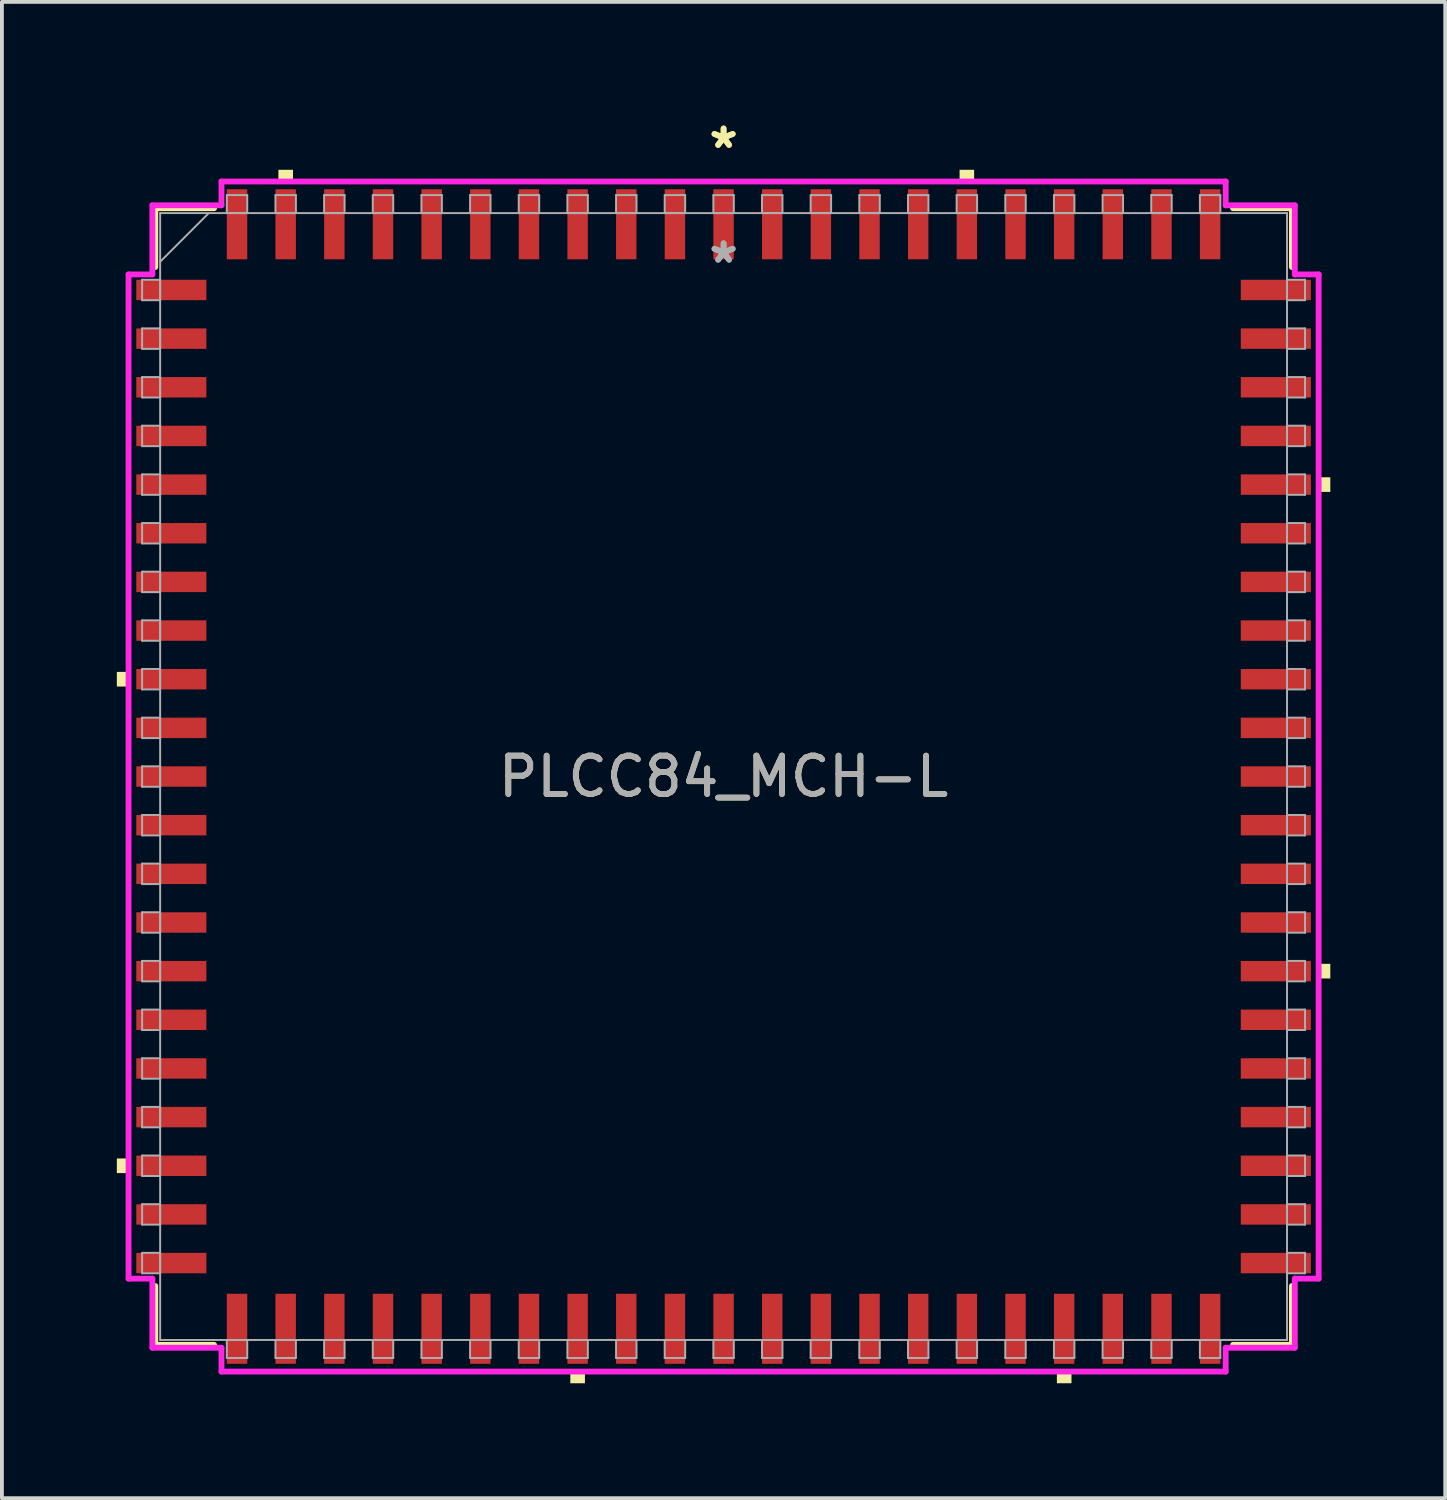
<source format=kicad_pcb>
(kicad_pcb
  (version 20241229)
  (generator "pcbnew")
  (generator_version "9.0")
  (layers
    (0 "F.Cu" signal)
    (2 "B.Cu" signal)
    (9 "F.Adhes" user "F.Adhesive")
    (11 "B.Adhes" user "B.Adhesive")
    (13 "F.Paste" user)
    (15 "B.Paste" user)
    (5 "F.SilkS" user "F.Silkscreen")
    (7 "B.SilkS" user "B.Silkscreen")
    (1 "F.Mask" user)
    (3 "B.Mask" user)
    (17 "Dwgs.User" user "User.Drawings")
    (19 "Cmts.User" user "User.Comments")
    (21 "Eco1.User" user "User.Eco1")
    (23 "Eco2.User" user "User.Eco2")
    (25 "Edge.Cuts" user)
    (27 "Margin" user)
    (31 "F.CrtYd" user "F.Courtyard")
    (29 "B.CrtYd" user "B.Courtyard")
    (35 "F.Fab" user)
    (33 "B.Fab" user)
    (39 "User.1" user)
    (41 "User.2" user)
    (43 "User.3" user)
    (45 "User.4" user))
  (footprint "PLCC84_MCH-L"
    (layer "F.Cu")
    (at 15.837 17.219)
    (property "Reference" "PLCC84_MCH-L" (at 0 0 0) (unlocked yes) (layer "F.SilkS") (effects (font (size 1 1) (thickness 0.15))))
    (attr smd)
    (fp_line (start -14.834 -14.834) (end -14.834 -13.299) (stroke (width 0.152) (type solid)) (layer "F.SilkS"))
    (fp_line (start -14.834 13.299) (end -14.834 14.834) (stroke (width 0.152) (type solid)) (layer "F.SilkS"))
    (fp_line (start -14.834 14.834) (end -13.299 14.834) (stroke (width 0.152) (type solid)) (layer "F.SilkS"))
    (fp_line (start -13.299 -14.834) (end -14.834 -14.834) (stroke (width 0.152) (type solid)) (layer "F.SilkS"))
    (fp_line (start 13.299 14.834) (end 14.834 14.834) (stroke (width 0.152) (type solid)) (layer "F.SilkS"))
    (fp_line (start 14.834 -14.834) (end 13.299 -14.834) (stroke (width 0.152) (type solid)) (layer "F.SilkS"))
    (fp_line (start 14.834 -13.299) (end 14.834 -14.834) (stroke (width 0.152) (type solid)) (layer "F.SilkS"))
    (fp_line (start 14.834 14.834) (end 14.834 13.299) (stroke (width 0.152) (type solid)) (layer "F.SilkS"))
    (fp_poly (pts (xy -15.837 -2.731) (xy -15.837 -2.349) (xy -15.583 -2.349) (xy -15.583 -2.731)) (stroke (width 0) (type solid)) (fill yes) (layer "F.SilkS"))
    (fp_poly (pts (xy -15.837 9.97) (xy -15.837 10.351) (xy -15.583 10.351) (xy -15.583 9.97)) (stroke (width 0) (type solid)) (fill yes) (layer "F.SilkS"))
    (fp_poly (pts (xy -11.62 -15.583) (xy -11.62 -15.837) (xy -11.239 -15.837) (xy -11.239 -15.583)) (stroke (width 0) (type solid)) (fill yes) (layer "F.SilkS"))
    (fp_poly (pts (xy -4 15.583) (xy -4 15.837) (xy -3.619 15.837) (xy -3.619 15.583)) (stroke (width 0) (type solid)) (fill yes) (layer "F.SilkS"))
    (fp_poly (pts (xy 6.16 -15.583) (xy 6.16 -15.837) (xy 6.54 -15.837) (xy 6.54 -15.583)) (stroke (width 0) (type solid)) (fill yes) (layer "F.SilkS"))
    (fp_poly (pts (xy 8.7 15.583) (xy 8.7 15.837) (xy 9.081 15.837) (xy 9.081 15.583)) (stroke (width 0) (type solid)) (fill yes) (layer "F.SilkS"))
    (fp_poly (pts (xy 15.837 -7.811) (xy 15.837 -7.429) (xy 15.583 -7.429) (xy 15.583 -7.811)) (stroke (width 0) (type solid)) (fill yes) (layer "F.SilkS"))
    (fp_poly (pts (xy 15.837 4.889) (xy 15.837 5.271) (xy 15.583 5.271) (xy 15.583 4.889)) (stroke (width 0) (type solid)) (fill yes) (layer "F.SilkS"))
    (fp_line (start -15.532 -13.106) (end -14.91 -13.106) (stroke (width 0.152) (type solid)) (layer "F.CrtYd"))
    (fp_line (start -15.532 13.106) (end -15.532 -13.106) (stroke (width 0.152) (type solid)) (layer "F.CrtYd"))
    (fp_line (start -15.532 13.106) (end -14.91 13.106) (stroke (width 0.152) (type solid)) (layer "F.CrtYd"))
    (fp_line (start -14.91 -14.91) (end -13.106 -14.91) (stroke (width 0.152) (type solid)) (layer "F.CrtYd"))
    (fp_line (start -14.91 -13.106) (end -14.91 -14.91) (stroke (width 0.152) (type solid)) (layer "F.CrtYd"))
    (fp_line (start -14.91 14.91) (end -14.91 13.106) (stroke (width 0.152) (type solid)) (layer "F.CrtYd"))
    (fp_line (start -13.106 -15.532) (end 13.106 -15.532) (stroke (width 0.152) (type solid)) (layer "F.CrtYd"))
    (fp_line (start -13.106 -14.91) (end -13.106 -15.532) (stroke (width 0.152) (type solid)) (layer "F.CrtYd"))
    (fp_line (start -13.106 14.91) (end -14.91 14.91) (stroke (width 0.152) (type solid)) (layer "F.CrtYd"))
    (fp_line (start -13.106 15.532) (end -13.106 14.91) (stroke (width 0.152) (type solid)) (layer "F.CrtYd"))
    (fp_line (start 13.106 -15.532) (end 13.106 -14.91) (stroke (width 0.152) (type solid)) (layer "F.CrtYd"))
    (fp_line (start 13.106 -14.91) (end 14.91 -14.91) (stroke (width 0.152) (type solid)) (layer "F.CrtYd"))
    (fp_line (start 13.106 14.91) (end 13.106 15.532) (stroke (width 0.152) (type solid)) (layer "F.CrtYd"))
    (fp_line (start 13.106 15.532) (end -13.106 15.532) (stroke (width 0.152) (type solid)) (layer "F.CrtYd"))
    (fp_line (start 14.91 -14.91) (end 14.91 -13.106) (stroke (width 0.152) (type solid)) (layer "F.CrtYd"))
    (fp_line (start 14.91 -13.106) (end 15.532 -13.106) (stroke (width 0.152) (type solid)) (layer "F.CrtYd"))
    (fp_line (start 14.91 13.106) (end 14.91 14.91) (stroke (width 0.152) (type solid)) (layer "F.CrtYd"))
    (fp_line (start 14.91 14.91) (end 13.106 14.91) (stroke (width 0.152) (type solid)) (layer "F.CrtYd"))
    (fp_line (start 15.532 -13.106) (end 15.532 13.106) (stroke (width 0.152) (type solid)) (layer "F.CrtYd"))
    (fp_line (start 15.532 13.106) (end 14.91 13.106) (stroke (width 0.152) (type solid)) (layer "F.CrtYd"))
    (fp_line (start -15.177 -12.967) (end -15.177 -12.433) (stroke (width 0.051) (type solid)) (layer "F.Fab"))
    (fp_line (start -15.177 -12.433) (end -14.707 -12.433) (stroke (width 0.051) (type solid)) (layer "F.Fab"))
    (fp_line (start -15.177 -11.697) (end -15.177 -11.163) (stroke (width 0.051) (type solid)) (layer "F.Fab"))
    (fp_line (start -15.177 -11.163) (end -14.707 -11.163) (stroke (width 0.051) (type solid)) (layer "F.Fab"))
    (fp_line (start -15.177 -10.427) (end -15.177 -9.893) (stroke (width 0.051) (type solid)) (layer "F.Fab"))
    (fp_line (start -15.177 -9.893) (end -14.707 -9.893) (stroke (width 0.051) (type solid)) (layer "F.Fab"))
    (fp_line (start -15.177 -9.157) (end -15.177 -8.623) (stroke (width 0.051) (type solid)) (layer "F.Fab"))
    (fp_line (start -15.177 -8.623) (end -14.707 -8.623) (stroke (width 0.051) (type solid)) (layer "F.Fab"))
    (fp_line (start -15.177 -7.887) (end -15.177 -7.353) (stroke (width 0.051) (type solid)) (layer "F.Fab"))
    (fp_line (start -15.177 -7.353) (end -14.707 -7.353) (stroke (width 0.051) (type solid)) (layer "F.Fab"))
    (fp_line (start -15.177 -6.617) (end -15.177 -6.083) (stroke (width 0.051) (type solid)) (layer "F.Fab"))
    (fp_line (start -15.177 -6.083) (end -14.707 -6.083) (stroke (width 0.051) (type solid)) (layer "F.Fab"))
    (fp_line (start -15.177 -5.347) (end -15.177 -4.813) (stroke (width 0.051) (type solid)) (layer "F.Fab"))
    (fp_line (start -15.177 -4.813) (end -14.707 -4.813) (stroke (width 0.051) (type solid)) (layer "F.Fab"))
    (fp_line (start -15.177 -4.077) (end -15.177 -3.543) (stroke (width 0.051) (type solid)) (layer "F.Fab"))
    (fp_line (start -15.177 -3.543) (end -14.707 -3.543) (stroke (width 0.051) (type solid)) (layer "F.Fab"))
    (fp_line (start -15.177 -2.807) (end -15.177 -2.273) (stroke (width 0.051) (type solid)) (layer "F.Fab"))
    (fp_line (start -15.177 -2.273) (end -14.707 -2.273) (stroke (width 0.051) (type solid)) (layer "F.Fab"))
    (fp_line (start -15.177 -1.537) (end -15.177 -1.003) (stroke (width 0.051) (type solid)) (layer "F.Fab"))
    (fp_line (start -15.177 -1.003) (end -14.707 -1.003) (stroke (width 0.051) (type solid)) (layer "F.Fab"))
    (fp_line (start -15.177 -0.267) (end -15.177 0.267) (stroke (width 0.051) (type solid)) (layer "F.Fab"))
    (fp_line (start -15.177 0.267) (end -14.707 0.267) (stroke (width 0.051) (type solid)) (layer "F.Fab"))
    (fp_line (start -15.177 1.003) (end -15.177 1.537) (stroke (width 0.051) (type solid)) (layer "F.Fab"))
    (fp_line (start -15.177 1.537) (end -14.707 1.537) (stroke (width 0.051) (type solid)) (layer "F.Fab"))
    (fp_line (start -15.177 2.273) (end -15.177 2.807) (stroke (width 0.051) (type solid)) (layer "F.Fab"))
    (fp_line (start -15.177 2.807) (end -14.707 2.807) (stroke (width 0.051) (type solid)) (layer "F.Fab"))
    (fp_line (start -15.177 3.543) (end -15.177 4.077) (stroke (width 0.051) (type solid)) (layer "F.Fab"))
    (fp_line (start -15.177 4.077) (end -14.707 4.077) (stroke (width 0.051) (type solid)) (layer "F.Fab"))
    (fp_line (start -15.177 4.813) (end -15.177 5.347) (stroke (width 0.051) (type solid)) (layer "F.Fab"))
    (fp_line (start -15.177 5.347) (end -14.707 5.347) (stroke (width 0.051) (type solid)) (layer "F.Fab"))
    (fp_line (start -15.177 6.083) (end -15.177 6.617) (stroke (width 0.051) (type solid)) (layer "F.Fab"))
    (fp_line (start -15.177 6.617) (end -14.707 6.617) (stroke (width 0.051) (type solid)) (layer "F.Fab"))
    (fp_line (start -15.177 7.353) (end -15.177 7.887) (stroke (width 0.051) (type solid)) (layer "F.Fab"))
    (fp_line (start -15.177 7.887) (end -14.707 7.887) (stroke (width 0.051) (type solid)) (layer "F.Fab"))
    (fp_line (start -15.177 8.623) (end -15.177 9.157) (stroke (width 0.051) (type solid)) (layer "F.Fab"))
    (fp_line (start -15.177 9.157) (end -14.707 9.157) (stroke (width 0.051) (type solid)) (layer "F.Fab"))
    (fp_line (start -15.177 9.893) (end -15.177 10.427) (stroke (width 0.051) (type solid)) (layer "F.Fab"))
    (fp_line (start -15.177 10.427) (end -14.707 10.427) (stroke (width 0.051) (type solid)) (layer "F.Fab"))
    (fp_line (start -15.177 11.163) (end -15.177 11.697) (stroke (width 0.051) (type solid)) (layer "F.Fab"))
    (fp_line (start -15.177 11.697) (end -14.707 11.697) (stroke (width 0.051) (type solid)) (layer "F.Fab"))
    (fp_line (start -15.177 12.433) (end -15.177 12.967) (stroke (width 0.051) (type solid)) (layer "F.Fab"))
    (fp_line (start -15.177 12.967) (end -14.707 12.967) (stroke (width 0.051) (type solid)) (layer "F.Fab"))
    (fp_line (start -14.707 -14.707) (end -14.707 14.707) (stroke (width 0.051) (type solid)) (layer "F.Fab"))
    (fp_line (start -14.707 -13.437) (end -13.437 -14.707) (stroke (width 0.051) (type solid)) (layer "F.Fab"))
    (fp_line (start -14.707 -12.967) (end -15.177 -12.967) (stroke (width 0.051) (type solid)) (layer "F.Fab"))
    (fp_line (start -14.707 -12.433) (end -14.707 -12.967) (stroke (width 0.051) (type solid)) (layer "F.Fab"))
    (fp_line (start -14.707 -11.697) (end -15.177 -11.697) (stroke (width 0.051) (type solid)) (layer "F.Fab"))
    (fp_line (start -14.707 -11.163) (end -14.707 -11.697) (stroke (width 0.051) (type solid)) (layer "F.Fab"))
    (fp_line (start -14.707 -10.427) (end -15.177 -10.427) (stroke (width 0.051) (type solid)) (layer "F.Fab"))
    (fp_line (start -14.707 -9.893) (end -14.707 -10.427) (stroke (width 0.051) (type solid)) (layer "F.Fab"))
    (fp_line (start -14.707 -9.157) (end -15.177 -9.157) (stroke (width 0.051) (type solid)) (layer "F.Fab"))
    (fp_line (start -14.707 -8.623) (end -14.707 -9.157) (stroke (width 0.051) (type solid)) (layer "F.Fab"))
    (fp_line (start -14.707 -7.887) (end -15.177 -7.887) (stroke (width 0.051) (type solid)) (layer "F.Fab"))
    (fp_line (start -14.707 -7.353) (end -14.707 -7.887) (stroke (width 0.051) (type solid)) (layer "F.Fab"))
    (fp_line (start -14.707 -6.617) (end -15.177 -6.617) (stroke (width 0.051) (type solid)) (layer "F.Fab"))
    (fp_line (start -14.707 -6.083) (end -14.707 -6.617) (stroke (width 0.051) (type solid)) (layer "F.Fab"))
    (fp_line (start -14.707 -5.347) (end -15.177 -5.347) (stroke (width 0.051) (type solid)) (layer "F.Fab"))
    (fp_line (start -14.707 -4.813) (end -14.707 -5.347) (stroke (width 0.051) (type solid)) (layer "F.Fab"))
    (fp_line (start -14.707 -4.077) (end -15.177 -4.077) (stroke (width 0.051) (type solid)) (layer "F.Fab"))
    (fp_line (start -14.707 -3.543) (end -14.707 -4.077) (stroke (width 0.051) (type solid)) (layer "F.Fab"))
    (fp_line (start -14.707 -2.807) (end -15.177 -2.807) (stroke (width 0.051) (type solid)) (layer "F.Fab"))
    (fp_line (start -14.707 -2.273) (end -14.707 -2.807) (stroke (width 0.051) (type solid)) (layer "F.Fab"))
    (fp_line (start -14.707 -1.537) (end -15.177 -1.537) (stroke (width 0.051) (type solid)) (layer "F.Fab"))
    (fp_line (start -14.707 -1.003) (end -14.707 -1.537) (stroke (width 0.051) (type solid)) (layer "F.Fab"))
    (fp_line (start -14.707 -0.267) (end -15.177 -0.267) (stroke (width 0.051) (type solid)) (layer "F.Fab"))
    (fp_line (start -14.707 0.267) (end -14.707 -0.267) (stroke (width 0.051) (type solid)) (layer "F.Fab"))
    (fp_line (start -14.707 1.003) (end -15.177 1.003) (stroke (width 0.051) (type solid)) (layer "F.Fab"))
    (fp_line (start -14.707 1.537) (end -14.707 1.003) (stroke (width 0.051) (type solid)) (layer "F.Fab"))
    (fp_line (start -14.707 2.273) (end -15.177 2.273) (stroke (width 0.051) (type solid)) (layer "F.Fab"))
    (fp_line (start -14.707 2.807) (end -14.707 2.273) (stroke (width 0.051) (type solid)) (layer "F.Fab"))
    (fp_line (start -14.707 3.543) (end -15.177 3.543) (stroke (width 0.051) (type solid)) (layer "F.Fab"))
    (fp_line (start -14.707 4.077) (end -14.707 3.543) (stroke (width 0.051) (type solid)) (layer "F.Fab"))
    (fp_line (start -14.707 4.813) (end -15.177 4.813) (stroke (width 0.051) (type solid)) (layer "F.Fab"))
    (fp_line (start -14.707 5.347) (end -14.707 4.813) (stroke (width 0.051) (type solid)) (layer "F.Fab"))
    (fp_line (start -14.707 6.083) (end -15.177 6.083) (stroke (width 0.051) (type solid)) (layer "F.Fab"))
    (fp_line (start -14.707 6.617) (end -14.707 6.083) (stroke (width 0.051) (type solid)) (layer "F.Fab"))
    (fp_line (start -14.707 7.353) (end -15.177 7.353) (stroke (width 0.051) (type solid)) (layer "F.Fab"))
    (fp_line (start -14.707 7.887) (end -14.707 7.353) (stroke (width 0.051) (type solid)) (layer "F.Fab"))
    (fp_line (start -14.707 8.623) (end -15.177 8.623) (stroke (width 0.051) (type solid)) (layer "F.Fab"))
    (fp_line (start -14.707 9.157) (end -14.707 8.623) (stroke (width 0.051) (type solid)) (layer "F.Fab"))
    (fp_line (start -14.707 9.893) (end -15.177 9.893) (stroke (width 0.051) (type solid)) (layer "F.Fab"))
    (fp_line (start -14.707 10.427) (end -14.707 9.893) (stroke (width 0.051) (type solid)) (layer "F.Fab"))
    (fp_line (start -14.707 11.163) (end -15.177 11.163) (stroke (width 0.051) (type solid)) (layer "F.Fab"))
    (fp_line (start -14.707 11.697) (end -14.707 11.163) (stroke (width 0.051) (type solid)) (layer "F.Fab"))
    (fp_line (start -14.707 12.433) (end -15.177 12.433) (stroke (width 0.051) (type solid)) (layer "F.Fab"))
    (fp_line (start -14.707 12.967) (end -14.707 12.433) (stroke (width 0.051) (type solid)) (layer "F.Fab"))
    (fp_line (start -14.707 14.707) (end 14.707 14.707) (stroke (width 0.051) (type solid)) (layer "F.Fab"))
    (fp_line (start -12.967 -15.177) (end -12.967 -14.707) (stroke (width 0.051) (type solid)) (layer "F.Fab"))
    (fp_line (start -12.967 -14.707) (end -12.433 -14.707) (stroke (width 0.051) (type solid)) (layer "F.Fab"))
    (fp_line (start -12.967 14.707) (end -12.967 15.177) (stroke (width 0.051) (type solid)) (layer "F.Fab"))
    (fp_line (start -12.967 15.177) (end -12.433 15.177) (stroke (width 0.051) (type solid)) (layer "F.Fab"))
    (fp_line (start -12.433 -15.177) (end -12.967 -15.177) (stroke (width 0.051) (type solid)) (layer "F.Fab"))
    (fp_line (start -12.433 -14.707) (end -12.433 -15.177) (stroke (width 0.051) (type solid)) (layer "F.Fab"))
    (fp_line (start -12.433 14.707) (end -12.967 14.707) (stroke (width 0.051) (type solid)) (layer "F.Fab"))
    (fp_line (start -12.433 15.177) (end -12.433 14.707) (stroke (width 0.051) (type solid)) (layer "F.Fab"))
    (fp_line (start -11.697 -15.177) (end -11.697 -14.707) (stroke (width 0.051) (type solid)) (layer "F.Fab"))
    (fp_line (start -11.697 -14.707) (end -11.163 -14.707) (stroke (width 0.051) (type solid)) (layer "F.Fab"))
    (fp_line (start -11.697 14.707) (end -11.697 15.177) (stroke (width 0.051) (type solid)) (layer "F.Fab"))
    (fp_line (start -11.697 15.177) (end -11.163 15.177) (stroke (width 0.051) (type solid)) (layer "F.Fab"))
    (fp_line (start -11.163 -15.177) (end -11.697 -15.177) (stroke (width 0.051) (type solid)) (layer "F.Fab"))
    (fp_line (start -11.163 -14.707) (end -11.163 -15.177) (stroke (width 0.051) (type solid)) (layer "F.Fab"))
    (fp_line (start -11.163 14.707) (end -11.697 14.707) (stroke (width 0.051) (type solid)) (layer "F.Fab"))
    (fp_line (start -11.163 15.177) (end -11.163 14.707) (stroke (width 0.051) (type solid)) (layer "F.Fab"))
    (fp_line (start -10.427 -15.177) (end -10.427 -14.707) (stroke (width 0.051) (type solid)) (layer "F.Fab"))
    (fp_line (start -10.427 -14.707) (end -9.893 -14.707) (stroke (width 0.051) (type solid)) (layer "F.Fab"))
    (fp_line (start -10.427 14.707) (end -10.427 15.177) (stroke (width 0.051) (type solid)) (layer "F.Fab"))
    (fp_line (start -10.427 15.177) (end -9.893 15.177) (stroke (width 0.051) (type solid)) (layer "F.Fab"))
    (fp_line (start -9.893 -15.177) (end -10.427 -15.177) (stroke (width 0.051) (type solid)) (layer "F.Fab"))
    (fp_line (start -9.893 -14.707) (end -9.893 -15.177) (stroke (width 0.051) (type solid)) (layer "F.Fab"))
    (fp_line (start -9.893 14.707) (end -10.427 14.707) (stroke (width 0.051) (type solid)) (layer "F.Fab"))
    (fp_line (start -9.893 15.177) (end -9.893 14.707) (stroke (width 0.051) (type solid)) (layer "F.Fab"))
    (fp_line (start -9.157 -15.177) (end -9.157 -14.707) (stroke (width 0.051) (type solid)) (layer "F.Fab"))
    (fp_line (start -9.157 -14.707) (end -8.623 -14.707) (stroke (width 0.051) (type solid)) (layer "F.Fab"))
    (fp_line (start -9.157 14.707) (end -9.157 15.177) (stroke (width 0.051) (type solid)) (layer "F.Fab"))
    (fp_line (start -9.157 15.177) (end -8.623 15.177) (stroke (width 0.051) (type solid)) (layer "F.Fab"))
    (fp_line (start -8.623 -15.177) (end -9.157 -15.177) (stroke (width 0.051) (type solid)) (layer "F.Fab"))
    (fp_line (start -8.623 -14.707) (end -8.623 -15.177) (stroke (width 0.051) (type solid)) (layer "F.Fab"))
    (fp_line (start -8.623 14.707) (end -9.157 14.707) (stroke (width 0.051) (type solid)) (layer "F.Fab"))
    (fp_line (start -8.623 15.177) (end -8.623 14.707) (stroke (width 0.051) (type solid)) (layer "F.Fab"))
    (fp_line (start -7.887 -15.177) (end -7.887 -14.707) (stroke (width 0.051) (type solid)) (layer "F.Fab"))
    (fp_line (start -7.887 -14.707) (end -7.353 -14.707) (stroke (width 0.051) (type solid)) (layer "F.Fab"))
    (fp_line (start -7.887 14.707) (end -7.887 15.177) (stroke (width 0.051) (type solid)) (layer "F.Fab"))
    (fp_line (start -7.887 15.177) (end -7.353 15.177) (stroke (width 0.051) (type solid)) (layer "F.Fab"))
    (fp_line (start -7.353 -15.177) (end -7.887 -15.177) (stroke (width 0.051) (type solid)) (layer "F.Fab"))
    (fp_line (start -7.353 -14.707) (end -7.353 -15.177) (stroke (width 0.051) (type solid)) (layer "F.Fab"))
    (fp_line (start -7.353 14.707) (end -7.887 14.707) (stroke (width 0.051) (type solid)) (layer "F.Fab"))
    (fp_line (start -7.353 15.177) (end -7.353 14.707) (stroke (width 0.051) (type solid)) (layer "F.Fab"))
    (fp_line (start -6.617 -15.177) (end -6.617 -14.707) (stroke (width 0.051) (type solid)) (layer "F.Fab"))
    (fp_line (start -6.617 -14.707) (end -6.083 -14.707) (stroke (width 0.051) (type solid)) (layer "F.Fab"))
    (fp_line (start -6.617 14.707) (end -6.617 15.177) (stroke (width 0.051) (type solid)) (layer "F.Fab"))
    (fp_line (start -6.617 15.177) (end -6.083 15.177) (stroke (width 0.051) (type solid)) (layer "F.Fab"))
    (fp_line (start -6.083 -15.177) (end -6.617 -15.177) (stroke (width 0.051) (type solid)) (layer "F.Fab"))
    (fp_line (start -6.083 -14.707) (end -6.083 -15.177) (stroke (width 0.051) (type solid)) (layer "F.Fab"))
    (fp_line (start -6.083 14.707) (end -6.617 14.707) (stroke (width 0.051) (type solid)) (layer "F.Fab"))
    (fp_line (start -6.083 15.177) (end -6.083 14.707) (stroke (width 0.051) (type solid)) (layer "F.Fab"))
    (fp_line (start -5.347 -15.177) (end -5.347 -14.707) (stroke (width 0.051) (type solid)) (layer "F.Fab"))
    (fp_line (start -5.347 -14.707) (end -4.813 -14.707) (stroke (width 0.051) (type solid)) (layer "F.Fab"))
    (fp_line (start -5.347 14.707) (end -5.347 15.177) (stroke (width 0.051) (type solid)) (layer "F.Fab"))
    (fp_line (start -5.347 15.177) (end -4.813 15.177) (stroke (width 0.051) (type solid)) (layer "F.Fab"))
    (fp_line (start -4.813 -15.177) (end -5.347 -15.177) (stroke (width 0.051) (type solid)) (layer "F.Fab"))
    (fp_line (start -4.813 -14.707) (end -4.813 -15.177) (stroke (width 0.051) (type solid)) (layer "F.Fab"))
    (fp_line (start -4.813 14.707) (end -5.347 14.707) (stroke (width 0.051) (type solid)) (layer "F.Fab"))
    (fp_line (start -4.813 15.177) (end -4.813 14.707) (stroke (width 0.051) (type solid)) (layer "F.Fab"))
    (fp_line (start -4.077 -15.177) (end -4.077 -14.707) (stroke (width 0.051) (type solid)) (layer "F.Fab"))
    (fp_line (start -4.077 -14.707) (end -3.543 -14.707) (stroke (width 0.051) (type solid)) (layer "F.Fab"))
    (fp_line (start -4.077 14.707) (end -4.077 15.177) (stroke (width 0.051) (type solid)) (layer "F.Fab"))
    (fp_line (start -4.077 15.177) (end -3.543 15.177) (stroke (width 0.051) (type solid)) (layer "F.Fab"))
    (fp_line (start -3.543 -15.177) (end -4.077 -15.177) (stroke (width 0.051) (type solid)) (layer "F.Fab"))
    (fp_line (start -3.543 -14.707) (end -3.543 -15.177) (stroke (width 0.051) (type solid)) (layer "F.Fab"))
    (fp_line (start -3.543 14.707) (end -4.077 14.707) (stroke (width 0.051) (type solid)) (layer "F.Fab"))
    (fp_line (start -3.543 15.177) (end -3.543 14.707) (stroke (width 0.051) (type solid)) (layer "F.Fab"))
    (fp_line (start -2.807 -15.177) (end -2.807 -14.707) (stroke (width 0.051) (type solid)) (layer "F.Fab"))
    (fp_line (start -2.807 -14.707) (end -2.273 -14.707) (stroke (width 0.051) (type solid)) (layer "F.Fab"))
    (fp_line (start -2.807 14.707) (end -2.807 15.177) (stroke (width 0.051) (type solid)) (layer "F.Fab"))
    (fp_line (start -2.807 15.177) (end -2.273 15.177) (stroke (width 0.051) (type solid)) (layer "F.Fab"))
    (fp_line (start -2.273 -15.177) (end -2.807 -15.177) (stroke (width 0.051) (type solid)) (layer "F.Fab"))
    (fp_line (start -2.273 -14.707) (end -2.273 -15.177) (stroke (width 0.051) (type solid)) (layer "F.Fab"))
    (fp_line (start -2.273 14.707) (end -2.807 14.707) (stroke (width 0.051) (type solid)) (layer "F.Fab"))
    (fp_line (start -2.273 15.177) (end -2.273 14.707) (stroke (width 0.051) (type solid)) (layer "F.Fab"))
    (fp_line (start -1.537 -15.177) (end -1.537 -14.707) (stroke (width 0.051) (type solid)) (layer "F.Fab"))
    (fp_line (start -1.537 -14.707) (end -1.003 -14.707) (stroke (width 0.051) (type solid)) (layer "F.Fab"))
    (fp_line (start -1.537 14.707) (end -1.537 15.177) (stroke (width 0.051) (type solid)) (layer "F.Fab"))
    (fp_line (start -1.537 15.177) (end -1.003 15.177) (stroke (width 0.051) (type solid)) (layer "F.Fab"))
    (fp_line (start -1.003 -15.177) (end -1.537 -15.177) (stroke (width 0.051) (type solid)) (layer "F.Fab"))
    (fp_line (start -1.003 -14.707) (end -1.003 -15.177) (stroke (width 0.051) (type solid)) (layer "F.Fab"))
    (fp_line (start -1.003 14.707) (end -1.537 14.707) (stroke (width 0.051) (type solid)) (layer "F.Fab"))
    (fp_line (start -1.003 15.177) (end -1.003 14.707) (stroke (width 0.051) (type solid)) (layer "F.Fab"))
    (fp_line (start -0.267 -15.177) (end -0.267 -14.707) (stroke (width 0.051) (type solid)) (layer "F.Fab"))
    (fp_line (start -0.267 -14.707) (end 0.267 -14.707) (stroke (width 0.051) (type solid)) (layer "F.Fab"))
    (fp_line (start -0.267 14.707) (end -0.267 15.177) (stroke (width 0.051) (type solid)) (layer "F.Fab"))
    (fp_line (start -0.267 15.177) (end 0.267 15.177) (stroke (width 0.051) (type solid)) (layer "F.Fab"))
    (fp_line (start 0.267 -15.177) (end -0.267 -15.177) (stroke (width 0.051) (type solid)) (layer "F.Fab"))
    (fp_line (start 0.267 -14.707) (end 0.267 -15.177) (stroke (width 0.051) (type solid)) (layer "F.Fab"))
    (fp_line (start 0.267 14.707) (end -0.267 14.707) (stroke (width 0.051) (type solid)) (layer "F.Fab"))
    (fp_line (start 0.267 15.177) (end 0.267 14.707) (stroke (width 0.051) (type solid)) (layer "F.Fab"))
    (fp_line (start 1.003 -15.177) (end 1.003 -14.707) (stroke (width 0.051) (type solid)) (layer "F.Fab"))
    (fp_line (start 1.003 -14.707) (end 1.537 -14.707) (stroke (width 0.051) (type solid)) (layer "F.Fab"))
    (fp_line (start 1.003 14.707) (end 1.003 15.177) (stroke (width 0.051) (type solid)) (layer "F.Fab"))
    (fp_line (start 1.003 15.177) (end 1.537 15.177) (stroke (width 0.051) (type solid)) (layer "F.Fab"))
    (fp_line (start 1.537 -15.177) (end 1.003 -15.177) (stroke (width 0.051) (type solid)) (layer "F.Fab"))
    (fp_line (start 1.537 -14.707) (end 1.537 -15.177) (stroke (width 0.051) (type solid)) (layer "F.Fab"))
    (fp_line (start 1.537 14.707) (end 1.003 14.707) (stroke (width 0.051) (type solid)) (layer "F.Fab"))
    (fp_line (start 1.537 15.177) (end 1.537 14.707) (stroke (width 0.051) (type solid)) (layer "F.Fab"))
    (fp_line (start 2.273 -15.177) (end 2.273 -14.707) (stroke (width 0.051) (type solid)) (layer "F.Fab"))
    (fp_line (start 2.273 -14.707) (end 2.807 -14.707) (stroke (width 0.051) (type solid)) (layer "F.Fab"))
    (fp_line (start 2.273 14.707) (end 2.273 15.177) (stroke (width 0.051) (type solid)) (layer "F.Fab"))
    (fp_line (start 2.273 15.177) (end 2.807 15.177) (stroke (width 0.051) (type solid)) (layer "F.Fab"))
    (fp_line (start 2.807 -15.177) (end 2.273 -15.177) (stroke (width 0.051) (type solid)) (layer "F.Fab"))
    (fp_line (start 2.807 -14.707) (end 2.807 -15.177) (stroke (width 0.051) (type solid)) (layer "F.Fab"))
    (fp_line (start 2.807 14.707) (end 2.273 14.707) (stroke (width 0.051) (type solid)) (layer "F.Fab"))
    (fp_line (start 2.807 15.177) (end 2.807 14.707) (stroke (width 0.051) (type solid)) (layer "F.Fab"))
    (fp_line (start 3.543 -15.177) (end 3.543 -14.707) (stroke (width 0.051) (type solid)) (layer "F.Fab"))
    (fp_line (start 3.543 -14.707) (end 4.077 -14.707) (stroke (width 0.051) (type solid)) (layer "F.Fab"))
    (fp_line (start 3.543 14.707) (end 3.543 15.177) (stroke (width 0.051) (type solid)) (layer "F.Fab"))
    (fp_line (start 3.543 15.177) (end 4.077 15.177) (stroke (width 0.051) (type solid)) (layer "F.Fab"))
    (fp_line (start 4.077 -15.177) (end 3.543 -15.177) (stroke (width 0.051) (type solid)) (layer "F.Fab"))
    (fp_line (start 4.077 -14.707) (end 4.077 -15.177) (stroke (width 0.051) (type solid)) (layer "F.Fab"))
    (fp_line (start 4.077 14.707) (end 3.543 14.707) (stroke (width 0.051) (type solid)) (layer "F.Fab"))
    (fp_line (start 4.077 15.177) (end 4.077 14.707) (stroke (width 0.051) (type solid)) (layer "F.Fab"))
    (fp_line (start 4.813 -15.177) (end 4.813 -14.707) (stroke (width 0.051) (type solid)) (layer "F.Fab"))
    (fp_line (start 4.813 -14.707) (end 5.347 -14.707) (stroke (width 0.051) (type solid)) (layer "F.Fab"))
    (fp_line (start 4.813 14.707) (end 4.813 15.177) (stroke (width 0.051) (type solid)) (layer "F.Fab"))
    (fp_line (start 4.813 15.177) (end 5.347 15.177) (stroke (width 0.051) (type solid)) (layer "F.Fab"))
    (fp_line (start 5.347 -15.177) (end 4.813 -15.177) (stroke (width 0.051) (type solid)) (layer "F.Fab"))
    (fp_line (start 5.347 -14.707) (end 5.347 -15.177) (stroke (width 0.051) (type solid)) (layer "F.Fab"))
    (fp_line (start 5.347 14.707) (end 4.813 14.707) (stroke (width 0.051) (type solid)) (layer "F.Fab"))
    (fp_line (start 5.347 15.177) (end 5.347 14.707) (stroke (width 0.051) (type solid)) (layer "F.Fab"))
    (fp_line (start 6.083 -15.177) (end 6.083 -14.707) (stroke (width 0.051) (type solid)) (layer "F.Fab"))
    (fp_line (start 6.083 -14.707) (end 6.617 -14.707) (stroke (width 0.051) (type solid)) (layer "F.Fab"))
    (fp_line (start 6.083 14.707) (end 6.083 15.177) (stroke (width 0.051) (type solid)) (layer "F.Fab"))
    (fp_line (start 6.083 15.177) (end 6.617 15.177) (stroke (width 0.051) (type solid)) (layer "F.Fab"))
    (fp_line (start 6.617 -15.177) (end 6.083 -15.177) (stroke (width 0.051) (type solid)) (layer "F.Fab"))
    (fp_line (start 6.617 -14.707) (end 6.617 -15.177) (stroke (width 0.051) (type solid)) (layer "F.Fab"))
    (fp_line (start 6.617 14.707) (end 6.083 14.707) (stroke (width 0.051) (type solid)) (layer "F.Fab"))
    (fp_line (start 6.617 15.177) (end 6.617 14.707) (stroke (width 0.051) (type solid)) (layer "F.Fab"))
    (fp_line (start 7.353 -15.177) (end 7.353 -14.707) (stroke (width 0.051) (type solid)) (layer "F.Fab"))
    (fp_line (start 7.353 -14.707) (end 7.887 -14.707) (stroke (width 0.051) (type solid)) (layer "F.Fab"))
    (fp_line (start 7.353 14.707) (end 7.353 15.177) (stroke (width 0.051) (type solid)) (layer "F.Fab"))
    (fp_line (start 7.353 15.177) (end 7.887 15.177) (stroke (width 0.051) (type solid)) (layer "F.Fab"))
    (fp_line (start 7.887 -15.177) (end 7.353 -15.177) (stroke (width 0.051) (type solid)) (layer "F.Fab"))
    (fp_line (start 7.887 -14.707) (end 7.887 -15.177) (stroke (width 0.051) (type solid)) (layer "F.Fab"))
    (fp_line (start 7.887 14.707) (end 7.353 14.707) (stroke (width 0.051) (type solid)) (layer "F.Fab"))
    (fp_line (start 7.887 15.177) (end 7.887 14.707) (stroke (width 0.051) (type solid)) (layer "F.Fab"))
    (fp_line (start 8.623 -15.177) (end 8.623 -14.707) (stroke (width 0.051) (type solid)) (layer "F.Fab"))
    (fp_line (start 8.623 -14.707) (end 9.157 -14.707) (stroke (width 0.051) (type solid)) (layer "F.Fab"))
    (fp_line (start 8.623 14.707) (end 8.623 15.177) (stroke (width 0.051) (type solid)) (layer "F.Fab"))
    (fp_line (start 8.623 15.177) (end 9.157 15.177) (stroke (width 0.051) (type solid)) (layer "F.Fab"))
    (fp_line (start 9.157 -15.177) (end 8.623 -15.177) (stroke (width 0.051) (type solid)) (layer "F.Fab"))
    (fp_line (start 9.157 -14.707) (end 9.157 -15.177) (stroke (width 0.051) (type solid)) (layer "F.Fab"))
    (fp_line (start 9.157 14.707) (end 8.623 14.707) (stroke (width 0.051) (type solid)) (layer "F.Fab"))
    (fp_line (start 9.157 15.177) (end 9.157 14.707) (stroke (width 0.051) (type solid)) (layer "F.Fab"))
    (fp_line (start 9.893 -15.177) (end 9.893 -14.707) (stroke (width 0.051) (type solid)) (layer "F.Fab"))
    (fp_line (start 9.893 -14.707) (end 10.427 -14.707) (stroke (width 0.051) (type solid)) (layer "F.Fab"))
    (fp_line (start 9.893 14.707) (end 9.893 15.177) (stroke (width 0.051) (type solid)) (layer "F.Fab"))
    (fp_line (start 9.893 15.177) (end 10.427 15.177) (stroke (width 0.051) (type solid)) (layer "F.Fab"))
    (fp_line (start 10.427 -15.177) (end 9.893 -15.177) (stroke (width 0.051) (type solid)) (layer "F.Fab"))
    (fp_line (start 10.427 -14.707) (end 10.427 -15.177) (stroke (width 0.051) (type solid)) (layer "F.Fab"))
    (fp_line (start 10.427 14.707) (end 9.893 14.707) (stroke (width 0.051) (type solid)) (layer "F.Fab"))
    (fp_line (start 10.427 15.177) (end 10.427 14.707) (stroke (width 0.051) (type solid)) (layer "F.Fab"))
    (fp_line (start 11.163 -15.177) (end 11.163 -14.707) (stroke (width 0.051) (type solid)) (layer "F.Fab"))
    (fp_line (start 11.163 -14.707) (end 11.697 -14.707) (stroke (width 0.051) (type solid)) (layer "F.Fab"))
    (fp_line (start 11.163 14.707) (end 11.163 15.177) (stroke (width 0.051) (type solid)) (layer "F.Fab"))
    (fp_line (start 11.163 15.177) (end 11.697 15.177) (stroke (width 0.051) (type solid)) (layer "F.Fab"))
    (fp_line (start 11.697 -15.177) (end 11.163 -15.177) (stroke (width 0.051) (type solid)) (layer "F.Fab"))
    (fp_line (start 11.697 -14.707) (end 11.697 -15.177) (stroke (width 0.051) (type solid)) (layer "F.Fab"))
    (fp_line (start 11.697 14.707) (end 11.163 14.707) (stroke (width 0.051) (type solid)) (layer "F.Fab"))
    (fp_line (start 11.697 15.177) (end 11.697 14.707) (stroke (width 0.051) (type solid)) (layer "F.Fab"))
    (fp_line (start 12.433 -15.177) (end 12.433 -14.707) (stroke (width 0.051) (type solid)) (layer "F.Fab"))
    (fp_line (start 12.433 -14.707) (end 12.967 -14.707) (stroke (width 0.051) (type solid)) (layer "F.Fab"))
    (fp_line (start 12.433 14.707) (end 12.433 15.177) (stroke (width 0.051) (type solid)) (layer "F.Fab"))
    (fp_line (start 12.433 15.177) (end 12.967 15.177) (stroke (width 0.051) (type solid)) (layer "F.Fab"))
    (fp_line (start 12.967 -15.177) (end 12.433 -15.177) (stroke (width 0.051) (type solid)) (layer "F.Fab"))
    (fp_line (start 12.967 -14.707) (end 12.967 -15.177) (stroke (width 0.051) (type solid)) (layer "F.Fab"))
    (fp_line (start 12.967 14.707) (end 12.433 14.707) (stroke (width 0.051) (type solid)) (layer "F.Fab"))
    (fp_line (start 12.967 15.177) (end 12.967 14.707) (stroke (width 0.051) (type solid)) (layer "F.Fab"))
    (fp_line (start 14.707 -14.707) (end -14.707 -14.707) (stroke (width 0.051) (type solid)) (layer "F.Fab"))
    (fp_line (start 14.707 -12.967) (end 14.707 -12.433) (stroke (width 0.051) (type solid)) (layer "F.Fab"))
    (fp_line (start 14.707 -12.433) (end 15.177 -12.433) (stroke (width 0.051) (type solid)) (layer "F.Fab"))
    (fp_line (start 14.707 -11.697) (end 14.707 -11.163) (stroke (width 0.051) (type solid)) (layer "F.Fab"))
    (fp_line (start 14.707 -11.163) (end 15.177 -11.163) (stroke (width 0.051) (type solid)) (layer "F.Fab"))
    (fp_line (start 14.707 -10.427) (end 14.707 -9.893) (stroke (width 0.051) (type solid)) (layer "F.Fab"))
    (fp_line (start 14.707 -9.893) (end 15.177 -9.893) (stroke (width 0.051) (type solid)) (layer "F.Fab"))
    (fp_line (start 14.707 -9.157) (end 14.707 -8.623) (stroke (width 0.051) (type solid)) (layer "F.Fab"))
    (fp_line (start 14.707 -8.623) (end 15.177 -8.623) (stroke (width 0.051) (type solid)) (layer "F.Fab"))
    (fp_line (start 14.707 -7.887) (end 14.707 -7.353) (stroke (width 0.051) (type solid)) (layer "F.Fab"))
    (fp_line (start 14.707 -7.353) (end 15.177 -7.353) (stroke (width 0.051) (type solid)) (layer "F.Fab"))
    (fp_line (start 14.707 -6.617) (end 14.707 -6.083) (stroke (width 0.051) (type solid)) (layer "F.Fab"))
    (fp_line (start 14.707 -6.083) (end 15.177 -6.083) (stroke (width 0.051) (type solid)) (layer "F.Fab"))
    (fp_line (start 14.707 -5.347) (end 14.707 -4.813) (stroke (width 0.051) (type solid)) (layer "F.Fab"))
    (fp_line (start 14.707 -4.813) (end 15.177 -4.813) (stroke (width 0.051) (type solid)) (layer "F.Fab"))
    (fp_line (start 14.707 -4.077) (end 14.707 -3.543) (stroke (width 0.051) (type solid)) (layer "F.Fab"))
    (fp_line (start 14.707 -3.543) (end 15.177 -3.543) (stroke (width 0.051) (type solid)) (layer "F.Fab"))
    (fp_line (start 14.707 -2.807) (end 14.707 -2.273) (stroke (width 0.051) (type solid)) (layer "F.Fab"))
    (fp_line (start 14.707 -2.273) (end 15.177 -2.273) (stroke (width 0.051) (type solid)) (layer "F.Fab"))
    (fp_line (start 14.707 -1.537) (end 14.707 -1.003) (stroke (width 0.051) (type solid)) (layer "F.Fab"))
    (fp_line (start 14.707 -1.003) (end 15.177 -1.003) (stroke (width 0.051) (type solid)) (layer "F.Fab"))
    (fp_line (start 14.707 -0.267) (end 14.707 0.267) (stroke (width 0.051) (type solid)) (layer "F.Fab"))
    (fp_line (start 14.707 0.267) (end 15.177 0.267) (stroke (width 0.051) (type solid)) (layer "F.Fab"))
    (fp_line (start 14.707 1.003) (end 14.707 1.537) (stroke (width 0.051) (type solid)) (layer "F.Fab"))
    (fp_line (start 14.707 1.537) (end 15.177 1.537) (stroke (width 0.051) (type solid)) (layer "F.Fab"))
    (fp_line (start 14.707 2.273) (end 14.707 2.807) (stroke (width 0.051) (type solid)) (layer "F.Fab"))
    (fp_line (start 14.707 2.807) (end 15.177 2.807) (stroke (width 0.051) (type solid)) (layer "F.Fab"))
    (fp_line (start 14.707 3.543) (end 14.707 4.077) (stroke (width 0.051) (type solid)) (layer "F.Fab"))
    (fp_line (start 14.707 4.077) (end 15.177 4.077) (stroke (width 0.051) (type solid)) (layer "F.Fab"))
    (fp_line (start 14.707 4.813) (end 14.707 5.347) (stroke (width 0.051) (type solid)) (layer "F.Fab"))
    (fp_line (start 14.707 5.347) (end 15.177 5.347) (stroke (width 0.051) (type solid)) (layer "F.Fab"))
    (fp_line (start 14.707 6.083) (end 14.707 6.617) (stroke (width 0.051) (type solid)) (layer "F.Fab"))
    (fp_line (start 14.707 6.617) (end 15.177 6.617) (stroke (width 0.051) (type solid)) (layer "F.Fab"))
    (fp_line (start 14.707 7.353) (end 14.707 7.887) (stroke (width 0.051) (type solid)) (layer "F.Fab"))
    (fp_line (start 14.707 7.887) (end 15.177 7.887) (stroke (width 0.051) (type solid)) (layer "F.Fab"))
    (fp_line (start 14.707 8.623) (end 14.707 9.157) (stroke (width 0.051) (type solid)) (layer "F.Fab"))
    (fp_line (start 14.707 9.157) (end 15.177 9.157) (stroke (width 0.051) (type solid)) (layer "F.Fab"))
    (fp_line (start 14.707 9.893) (end 14.707 10.427) (stroke (width 0.051) (type solid)) (layer "F.Fab"))
    (fp_line (start 14.707 10.427) (end 15.177 10.427) (stroke (width 0.051) (type solid)) (layer "F.Fab"))
    (fp_line (start 14.707 11.163) (end 14.707 11.697) (stroke (width 0.051) (type solid)) (layer "F.Fab"))
    (fp_line (start 14.707 11.697) (end 15.177 11.697) (stroke (width 0.051) (type solid)) (layer "F.Fab"))
    (fp_line (start 14.707 12.433) (end 14.707 12.967) (stroke (width 0.051) (type solid)) (layer "F.Fab"))
    (fp_line (start 14.707 12.967) (end 15.177 12.967) (stroke (width 0.051) (type solid)) (layer "F.Fab"))
    (fp_line (start 14.707 14.707) (end 14.707 -14.707) (stroke (width 0.051) (type solid)) (layer "F.Fab"))
    (fp_line (start 15.177 -12.967) (end 14.707 -12.967) (stroke (width 0.051) (type solid)) (layer "F.Fab"))
    (fp_line (start 15.177 -12.433) (end 15.177 -12.967) (stroke (width 0.051) (type solid)) (layer "F.Fab"))
    (fp_line (start 15.177 -11.697) (end 14.707 -11.697) (stroke (width 0.051) (type solid)) (layer "F.Fab"))
    (fp_line (start 15.177 -11.163) (end 15.177 -11.697) (stroke (width 0.051) (type solid)) (layer "F.Fab"))
    (fp_line (start 15.177 -10.427) (end 14.707 -10.427) (stroke (width 0.051) (type solid)) (layer "F.Fab"))
    (fp_line (start 15.177 -9.893) (end 15.177 -10.427) (stroke (width 0.051) (type solid)) (layer "F.Fab"))
    (fp_line (start 15.177 -9.157) (end 14.707 -9.157) (stroke (width 0.051) (type solid)) (layer "F.Fab"))
    (fp_line (start 15.177 -8.623) (end 15.177 -9.157) (stroke (width 0.051) (type solid)) (layer "F.Fab"))
    (fp_line (start 15.177 -7.887) (end 14.707 -7.887) (stroke (width 0.051) (type solid)) (layer "F.Fab"))
    (fp_line (start 15.177 -7.353) (end 15.177 -7.887) (stroke (width 0.051) (type solid)) (layer "F.Fab"))
    (fp_line (start 15.177 -6.617) (end 14.707 -6.617) (stroke (width 0.051) (type solid)) (layer "F.Fab"))
    (fp_line (start 15.177 -6.083) (end 15.177 -6.617) (stroke (width 0.051) (type solid)) (layer "F.Fab"))
    (fp_line (start 15.177 -5.347) (end 14.707 -5.347) (stroke (width 0.051) (type solid)) (layer "F.Fab"))
    (fp_line (start 15.177 -4.813) (end 15.177 -5.347) (stroke (width 0.051) (type solid)) (layer "F.Fab"))
    (fp_line (start 15.177 -4.077) (end 14.707 -4.077) (stroke (width 0.051) (type solid)) (layer "F.Fab"))
    (fp_line (start 15.177 -3.543) (end 15.177 -4.077) (stroke (width 0.051) (type solid)) (layer "F.Fab"))
    (fp_line (start 15.177 -2.807) (end 14.707 -2.807) (stroke (width 0.051) (type solid)) (layer "F.Fab"))
    (fp_line (start 15.177 -2.273) (end 15.177 -2.807) (stroke (width 0.051) (type solid)) (layer "F.Fab"))
    (fp_line (start 15.177 -1.537) (end 14.707 -1.537) (stroke (width 0.051) (type solid)) (layer "F.Fab"))
    (fp_line (start 15.177 -1.003) (end 15.177 -1.537) (stroke (width 0.051) (type solid)) (layer "F.Fab"))
    (fp_line (start 15.177 -0.267) (end 14.707 -0.267) (stroke (width 0.051) (type solid)) (layer "F.Fab"))
    (fp_line (start 15.177 0.267) (end 15.177 -0.267) (stroke (width 0.051) (type solid)) (layer "F.Fab"))
    (fp_line (start 15.177 1.003) (end 14.707 1.003) (stroke (width 0.051) (type solid)) (layer "F.Fab"))
    (fp_line (start 15.177 1.537) (end 15.177 1.003) (stroke (width 0.051) (type solid)) (layer "F.Fab"))
    (fp_line (start 15.177 2.273) (end 14.707 2.273) (stroke (width 0.051) (type solid)) (layer "F.Fab"))
    (fp_line (start 15.177 2.807) (end 15.177 2.273) (stroke (width 0.051) (type solid)) (layer "F.Fab"))
    (fp_line (start 15.177 3.543) (end 14.707 3.543) (stroke (width 0.051) (type solid)) (layer "F.Fab"))
    (fp_line (start 15.177 4.077) (end 15.177 3.543) (stroke (width 0.051) (type solid)) (layer "F.Fab"))
    (fp_line (start 15.177 4.813) (end 14.707 4.813) (stroke (width 0.051) (type solid)) (layer "F.Fab"))
    (fp_line (start 15.177 5.347) (end 15.177 4.813) (stroke (width 0.051) (type solid)) (layer "F.Fab"))
    (fp_line (start 15.177 6.083) (end 14.707 6.083) (stroke (width 0.051) (type solid)) (layer "F.Fab"))
    (fp_line (start 15.177 6.617) (end 15.177 6.083) (stroke (width 0.051) (type solid)) (layer "F.Fab"))
    (fp_line (start 15.177 7.353) (end 14.707 7.353) (stroke (width 0.051) (type solid)) (layer "F.Fab"))
    (fp_line (start 15.177 7.887) (end 15.177 7.353) (stroke (width 0.051) (type solid)) (layer "F.Fab"))
    (fp_line (start 15.177 8.623) (end 14.707 8.623) (stroke (width 0.051) (type solid)) (layer "F.Fab"))
    (fp_line (start 15.177 9.157) (end 15.177 8.623) (stroke (width 0.051) (type solid)) (layer "F.Fab"))
    (fp_line (start 15.177 9.893) (end 14.707 9.893) (stroke (width 0.051) (type solid)) (layer "F.Fab"))
    (fp_line (start 15.177 10.427) (end 15.177 9.893) (stroke (width 0.051) (type solid)) (layer "F.Fab"))
    (fp_line (start 15.177 11.163) (end 14.707 11.163) (stroke (width 0.051) (type solid)) (layer "F.Fab"))
    (fp_line (start 15.177 11.697) (end 15.177 11.163) (stroke (width 0.051) (type solid)) (layer "F.Fab"))
    (fp_line (start 15.177 12.433) (end 14.707 12.433) (stroke (width 0.051) (type solid)) (layer "F.Fab"))
    (fp_line (start 15.177 12.967) (end 15.177 12.433) (stroke (width 0.051) (type solid)) (layer "F.Fab"))
    (fp_text user "*" (at 0 -16.37 0) (unlocked yes) (layer "F.SilkS") (effects (font (size 1 1) (thickness 0.15))))
    (fp_text user "*" (at 0 -16.37 0) (layer "F.SilkS") (effects (font (size 1 1) (thickness 0.15))))
    (fp_text user "*" (at 0 -13.373 0) (unlocked yes) (layer "F.Fab") (effects (font (size 1 1) (thickness 0.15))))
    (fp_text user "${REFERENCE}" (at 0 0 0) (unlocked yes) (layer "F.Fab") (effects (font (size 1 1) (thickness 0.15))))
    (fp_text user "*" (at 0 -13.373 0) (layer "F.Fab") (effects (font (size 1 1) (thickness 0.15))))
    (pad "1" smd rect (at 0 -14.415) (size 0.533 1.829) (layers "F.Cu" "F.Mask" "F.Paste"))
    (pad "2" smd rect (at -1.27 -14.415) (size 0.533 1.829) (layers "F.Cu" "F.Mask" "F.Paste"))
    (pad "3" smd rect (at -2.54 -14.415) (size 0.533 1.829) (layers "F.Cu" "F.Mask" "F.Paste"))
    (pad "4" smd rect (at -3.81 -14.415) (size 0.533 1.829) (layers "F.Cu" "F.Mask" "F.Paste"))
    (pad "5" smd rect (at -5.08 -14.415) (size 0.533 1.829) (layers "F.Cu" "F.Mask" "F.Paste"))
    (pad "6" smd rect (at -6.35 -14.415) (size 0.533 1.829) (layers "F.Cu" "F.Mask" "F.Paste"))
    (pad "7" smd rect (at -7.62 -14.415) (size 0.533 1.829) (layers "F.Cu" "F.Mask" "F.Paste"))
    (pad "8" smd rect (at -8.89 -14.415) (size 0.533 1.829) (layers "F.Cu" "F.Mask" "F.Paste"))
    (pad "9" smd rect (at -10.16 -14.415) (size 0.533 1.829) (layers "F.Cu" "F.Mask" "F.Paste"))
    (pad "10" smd rect (at -11.43 -14.415) (size 0.533 1.829) (layers "F.Cu" "F.Mask" "F.Paste"))
    (pad "11" smd rect (at -12.7 -14.415) (size 0.533 1.829) (layers "F.Cu" "F.Mask" "F.Paste"))
    (pad "12" smd rect (at -14.415 -12.7 90) (size 0.533 1.829) (layers "F.Cu" "F.Mask" "F.Paste"))
    (pad "13" smd rect (at -14.415 -11.43 90) (size 0.533 1.829) (layers "F.Cu" "F.Mask" "F.Paste"))
    (pad "14" smd rect (at -14.415 -10.16 90) (size 0.533 1.829) (layers "F.Cu" "F.Mask" "F.Paste"))
    (pad "15" smd rect (at -14.415 -8.89 90) (size 0.533 1.829) (layers "F.Cu" "F.Mask" "F.Paste"))
    (pad "16" smd rect (at -14.415 -7.62 90) (size 0.533 1.829) (layers "F.Cu" "F.Mask" "F.Paste"))
    (pad "17" smd rect (at -14.415 -6.35 90) (size 0.533 1.829) (layers "F.Cu" "F.Mask" "F.Paste"))
    (pad "18" smd rect (at -14.415 -5.08 90) (size 0.533 1.829) (layers "F.Cu" "F.Mask" "F.Paste"))
    (pad "19" smd rect (at -14.415 -3.81 90) (size 0.533 1.829) (layers "F.Cu" "F.Mask" "F.Paste"))
    (pad "20" smd rect (at -14.415 -2.54 90) (size 0.533 1.829) (layers "F.Cu" "F.Mask" "F.Paste"))
    (pad "21" smd rect (at -14.415 -1.27 90) (size 0.533 1.829) (layers "F.Cu" "F.Mask" "F.Paste"))
    (pad "22" smd rect (at -14.415 0 90) (size 0.533 1.829) (layers "F.Cu" "F.Mask" "F.Paste"))
    (pad "23" smd rect (at -14.415 1.27 90) (size 0.533 1.829) (layers "F.Cu" "F.Mask" "F.Paste"))
    (pad "24" smd rect (at -14.415 2.54 90) (size 0.533 1.829) (layers "F.Cu" "F.Mask" "F.Paste"))
    (pad "25" smd rect (at -14.415 3.81 90) (size 0.533 1.829) (layers "F.Cu" "F.Mask" "F.Paste"))
    (pad "26" smd rect (at -14.415 5.08 90) (size 0.533 1.829) (layers "F.Cu" "F.Mask" "F.Paste"))
    (pad "27" smd rect (at -14.415 6.35 90) (size 0.533 1.829) (layers "F.Cu" "F.Mask" "F.Paste"))
    (pad "28" smd rect (at -14.415 7.62 90) (size 0.533 1.829) (layers "F.Cu" "F.Mask" "F.Paste"))
    (pad "29" smd rect (at -14.415 8.89 90) (size 0.533 1.829) (layers "F.Cu" "F.Mask" "F.Paste"))
    (pad "30" smd rect (at -14.415 10.16 90) (size 0.533 1.829) (layers "F.Cu" "F.Mask" "F.Paste"))
    (pad "31" smd rect (at -14.415 11.43 90) (size 0.533 1.829) (layers "F.Cu" "F.Mask" "F.Paste"))
    (pad "32" smd rect (at -14.415 12.7 90) (size 0.533 1.829) (layers "F.Cu" "F.Mask" "F.Paste"))
    (pad "33" smd rect (at -12.7 14.415) (size 0.533 1.829) (layers "F.Cu" "F.Mask" "F.Paste"))
    (pad "34" smd rect (at -11.43 14.415) (size 0.533 1.829) (layers "F.Cu" "F.Mask" "F.Paste"))
    (pad "35" smd rect (at -10.16 14.415) (size 0.533 1.829) (layers "F.Cu" "F.Mask" "F.Paste"))
    (pad "36" smd rect (at -8.89 14.415) (size 0.533 1.829) (layers "F.Cu" "F.Mask" "F.Paste"))
    (pad "37" smd rect (at -7.62 14.415) (size 0.533 1.829) (layers "F.Cu" "F.Mask" "F.Paste"))
    (pad "38" smd rect (at -6.35 14.415) (size 0.533 1.829) (layers "F.Cu" "F.Mask" "F.Paste"))
    (pad "39" smd rect (at -5.08 14.415) (size 0.533 1.829) (layers "F.Cu" "F.Mask" "F.Paste"))
    (pad "40" smd rect (at -3.81 14.415) (size 0.533 1.829) (layers "F.Cu" "F.Mask" "F.Paste"))
    (pad "41" smd rect (at -2.54 14.415) (size 0.533 1.829) (layers "F.Cu" "F.Mask" "F.Paste"))
    (pad "42" smd rect (at -1.27 14.415) (size 0.533 1.829) (layers "F.Cu" "F.Mask" "F.Paste"))
    (pad "43" smd rect (at 0 14.415) (size 0.533 1.829) (layers "F.Cu" "F.Mask" "F.Paste"))
    (pad "44" smd rect (at 1.27 14.415) (size 0.533 1.829) (layers "F.Cu" "F.Mask" "F.Paste"))
    (pad "45" smd rect (at 2.54 14.415) (size 0.533 1.829) (layers "F.Cu" "F.Mask" "F.Paste"))
    (pad "46" smd rect (at 3.81 14.415) (size 0.533 1.829) (layers "F.Cu" "F.Mask" "F.Paste"))
    (pad "47" smd rect (at 5.08 14.415) (size 0.533 1.829) (layers "F.Cu" "F.Mask" "F.Paste"))
    (pad "48" smd rect (at 6.35 14.415) (size 0.533 1.829) (layers "F.Cu" "F.Mask" "F.Paste"))
    (pad "49" smd rect (at 7.62 14.415) (size 0.533 1.829) (layers "F.Cu" "F.Mask" "F.Paste"))
    (pad "50" smd rect (at 8.89 14.415) (size 0.533 1.829) (layers "F.Cu" "F.Mask" "F.Paste"))
    (pad "51" smd rect (at 10.16 14.415) (size 0.533 1.829) (layers "F.Cu" "F.Mask" "F.Paste"))
    (pad "52" smd rect (at 11.43 14.415) (size 0.533 1.829) (layers "F.Cu" "F.Mask" "F.Paste"))
    (pad "53" smd rect (at 12.7 14.415) (size 0.533 1.829) (layers "F.Cu" "F.Mask" "F.Paste"))
    (pad "54" smd rect (at 14.415 12.7 90) (size 0.533 1.829) (layers "F.Cu" "F.Mask" "F.Paste"))
    (pad "55" smd rect (at 14.415 11.43 90) (size 0.533 1.829) (layers "F.Cu" "F.Mask" "F.Paste"))
    (pad "56" smd rect (at 14.415 10.16 90) (size 0.533 1.829) (layers "F.Cu" "F.Mask" "F.Paste"))
    (pad "57" smd rect (at 14.415 8.89 90) (size 0.533 1.829) (layers "F.Cu" "F.Mask" "F.Paste"))
    (pad "58" smd rect (at 14.415 7.62 90) (size 0.533 1.829) (layers "F.Cu" "F.Mask" "F.Paste"))
    (pad "59" smd rect (at 14.415 6.35 90) (size 0.533 1.829) (layers "F.Cu" "F.Mask" "F.Paste"))
    (pad "60" smd rect (at 14.415 5.08 90) (size 0.533 1.829) (layers "F.Cu" "F.Mask" "F.Paste"))
    (pad "61" smd rect (at 14.415 3.81 90) (size 0.533 1.829) (layers "F.Cu" "F.Mask" "F.Paste"))
    (pad "62" smd rect (at 14.415 2.54 90) (size 0.533 1.829) (layers "F.Cu" "F.Mask" "F.Paste"))
    (pad "63" smd rect (at 14.415 1.27 90) (size 0.533 1.829) (layers "F.Cu" "F.Mask" "F.Paste"))
    (pad "64" smd rect (at 14.415 0 90) (size 0.533 1.829) (layers "F.Cu" "F.Mask" "F.Paste"))
    (pad "65" smd rect (at 14.415 -1.27 90) (size 0.533 1.829) (layers "F.Cu" "F.Mask" "F.Paste"))
    (pad "66" smd rect (at 14.415 -2.54 90) (size 0.533 1.829) (layers "F.Cu" "F.Mask" "F.Paste"))
    (pad "67" smd rect (at 14.415 -3.81 90) (size 0.533 1.829) (layers "F.Cu" "F.Mask" "F.Paste"))
    (pad "68" smd rect (at 14.415 -5.08 90) (size 0.533 1.829) (layers "F.Cu" "F.Mask" "F.Paste"))
    (pad "69" smd rect (at 14.415 -6.35 90) (size 0.533 1.829) (layers "F.Cu" "F.Mask" "F.Paste"))
    (pad "70" smd rect (at 14.415 -7.62 90) (size 0.533 1.829) (layers "F.Cu" "F.Mask" "F.Paste"))
    (pad "71" smd rect (at 14.415 -8.89 90) (size 0.533 1.829) (layers "F.Cu" "F.Mask" "F.Paste"))
    (pad "72" smd rect (at 14.415 -10.16 90) (size 0.533 1.829) (layers "F.Cu" "F.Mask" "F.Paste"))
    (pad "73" smd rect (at 14.415 -11.43 90) (size 0.533 1.829) (layers "F.Cu" "F.Mask" "F.Paste"))
    (pad "74" smd rect (at 14.415 -12.7 90) (size 0.533 1.829) (layers "F.Cu" "F.Mask" "F.Paste"))
    (pad "75" smd rect (at 12.7 -14.415) (size 0.533 1.829) (layers "F.Cu" "F.Mask" "F.Paste"))
    (pad "76" smd rect (at 11.43 -14.415) (size 0.533 1.829) (layers "F.Cu" "F.Mask" "F.Paste"))
    (pad "77" smd rect (at 10.16 -14.415) (size 0.533 1.829) (layers "F.Cu" "F.Mask" "F.Paste"))
    (pad "78" smd rect (at 8.89 -14.415) (size 0.533 1.829) (layers "F.Cu" "F.Mask" "F.Paste"))
    (pad "79" smd rect (at 7.62 -14.415) (size 0.533 1.829) (layers "F.Cu" "F.Mask" "F.Paste"))
    (pad "80" smd rect (at 6.35 -14.415) (size 0.533 1.829) (layers "F.Cu" "F.Mask" "F.Paste"))
    (pad "81" smd rect (at 5.08 -14.415) (size 0.533 1.829) (layers "F.Cu" "F.Mask" "F.Paste"))
    (pad "82" smd rect (at 3.81 -14.415) (size 0.533 1.829) (layers "F.Cu" "F.Mask" "F.Paste"))
    (pad "83" smd rect (at 2.54 -14.415) (size 0.533 1.829) (layers "F.Cu" "F.Mask" "F.Paste"))
    (pad "84" smd rect (at 1.27 -14.415) (size 0.533 1.829) (layers "F.Cu" "F.Mask" "F.Paste")))
  (gr_rect
    (start -3 -3)
    (end 34.674 36.055)
    (stroke (width 0.1) (type default))
    (fill no)
    (layer "Edge.Cuts")))
</source>
